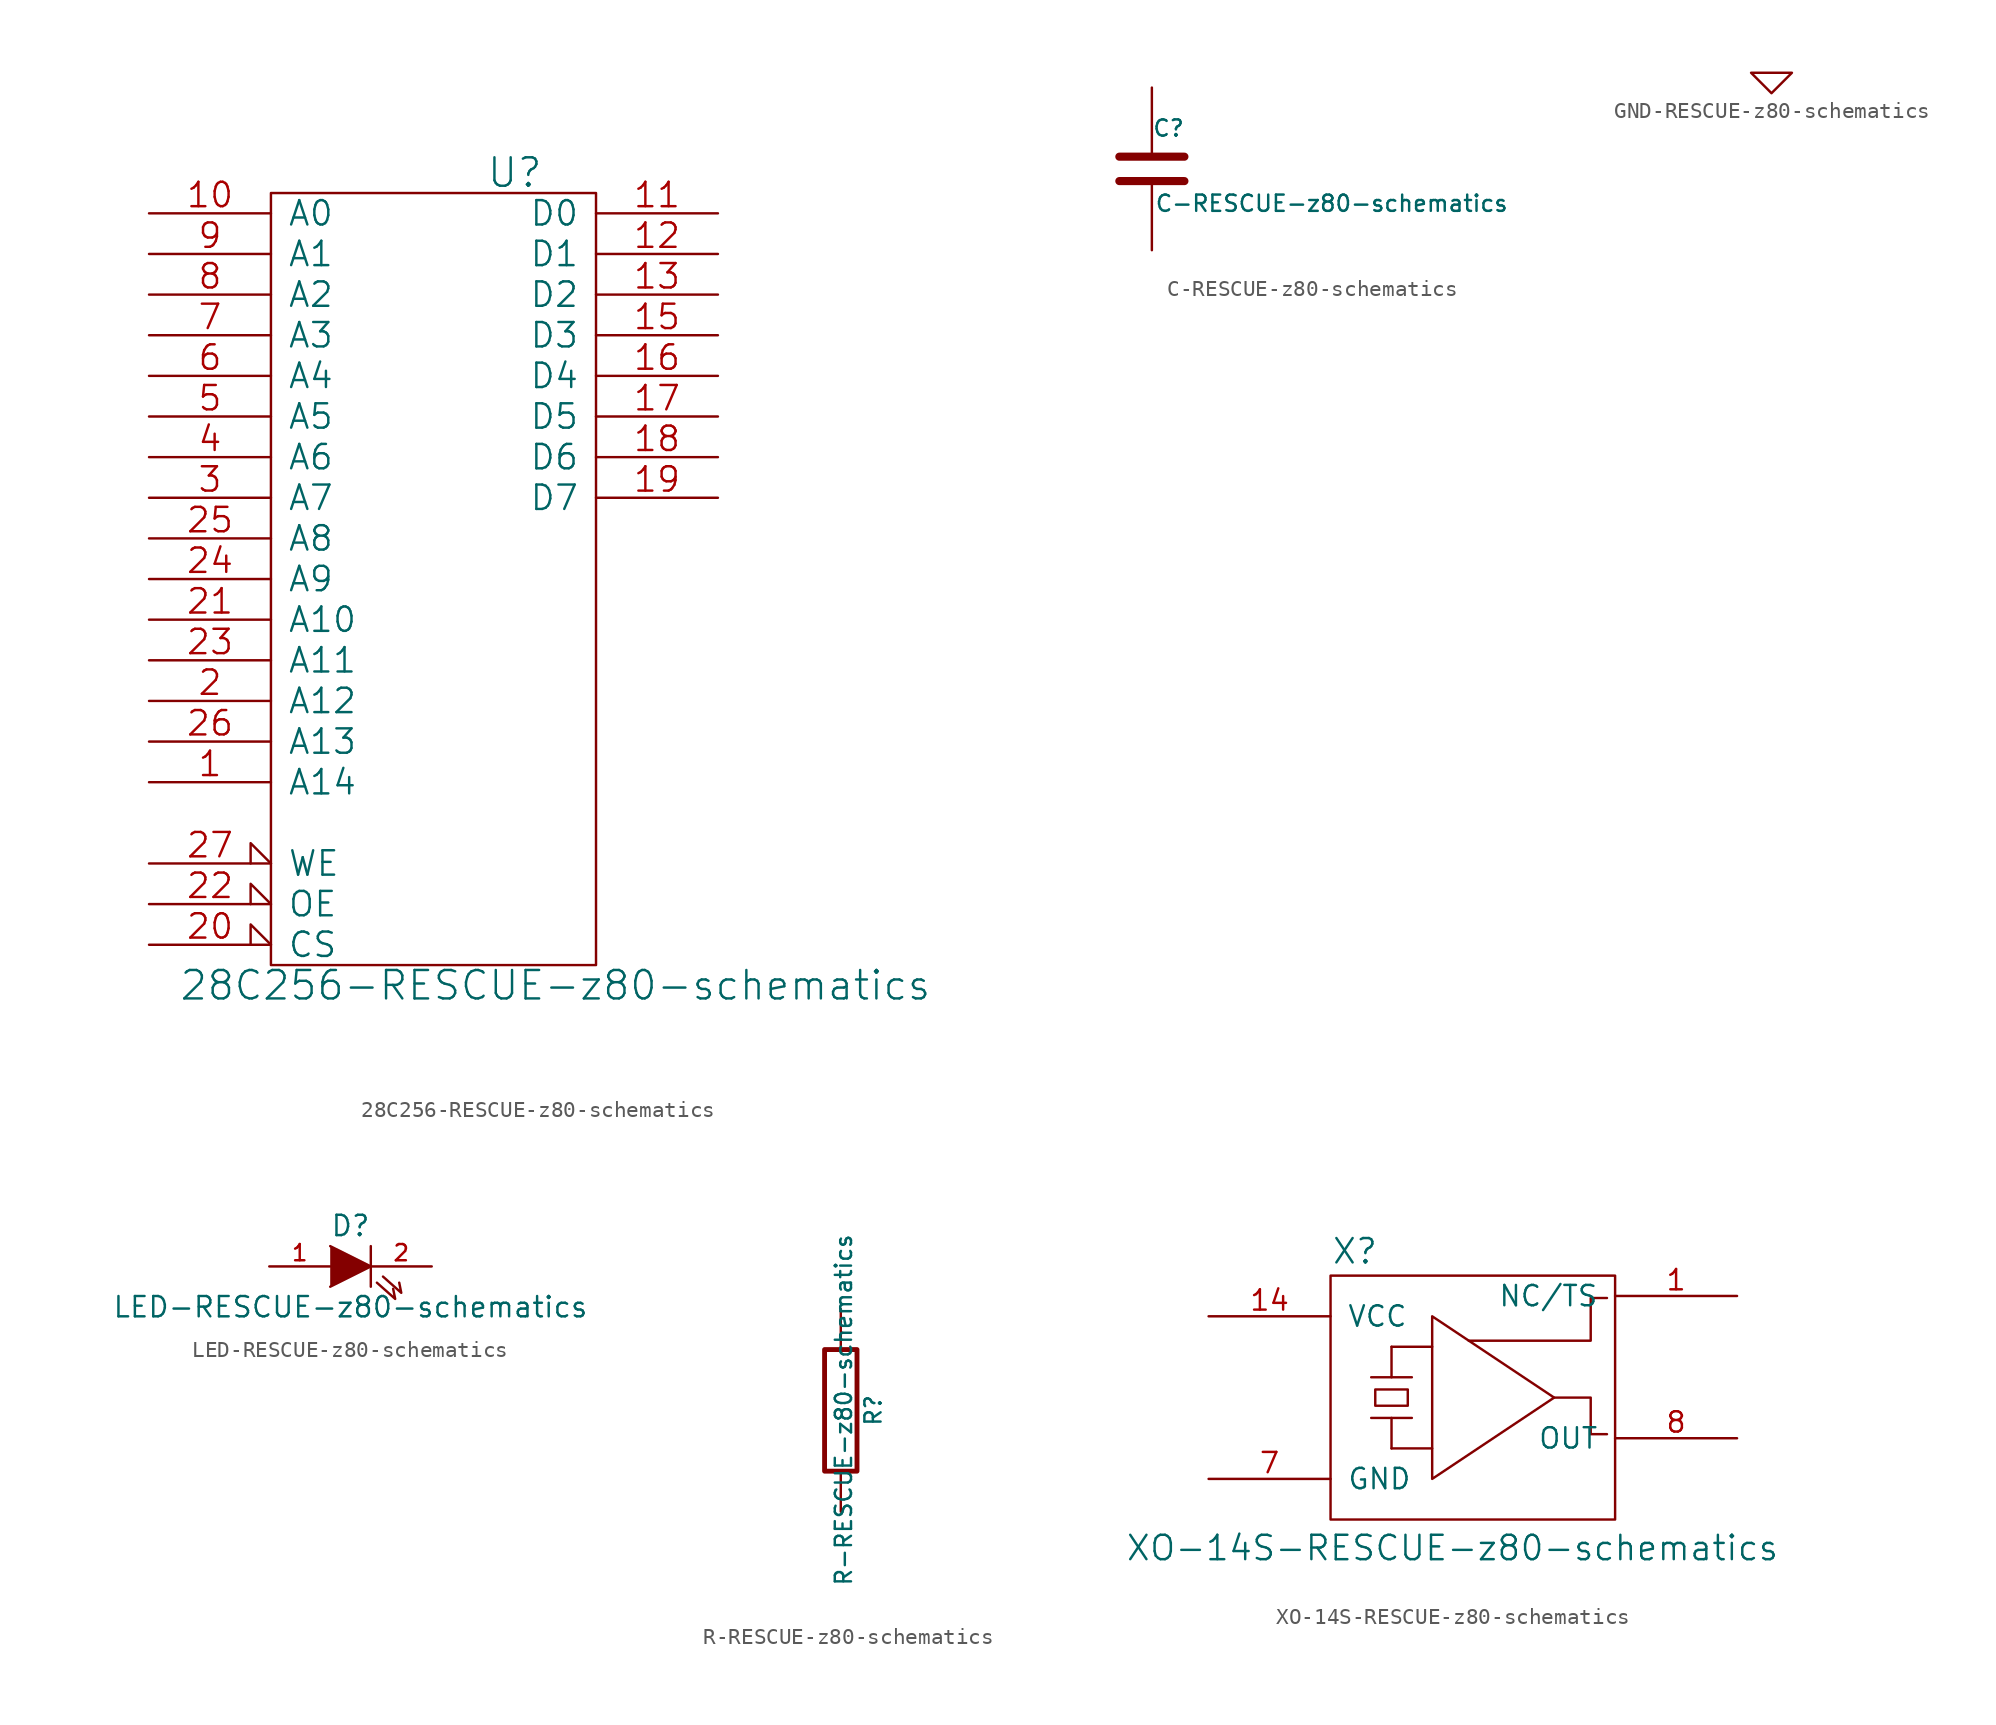
<source format=kicad_sym>
(kicad_symbol_lib
  (version 20220914)
  (generator kicad_symbol_editor)
  (symbol "28C256-RESCUE-z80-schematics"
    (pin_names
      (offset 1.016))
    (property "Reference" "U"
      (at 5.08 25.4 0)
      (effects (font (size 1.778 1.778))))
    (property "Value" "28C256-RESCUE-z80-schematics"
      (at 7.62 -25.4 0)
      (effects (font (size 1.778 1.778))))
    (property "Footprint" ""
      (at 0 0 0)
      (effects (font (size 1.524 1.524))))
    (property "Datasheet" ""
      (at 0 0 0)
      (effects (font (size 1.524 1.524))))
    (symbol "28C256-RESCUE-z80-schematics_0_0"
      (pin power_in line (at 0 -24.13 90) (length 0) hide (name "GND" (effects (font (size 1.524 1.524)))) (number "14" (effects (font (size 1.524 1.524)))))
      (pin power_in line (at 0 24.13 270) (length 0) hide (name "VCC" (effects (font (size 1.524 1.524)))) (number "28" (effects (font (size 1.524 1.524))))))
    (symbol "28C256-RESCUE-z80-schematics_0_1"
      (rectangle (start -10.16 24.13) (end 10.16 -24.13) (stroke (width 0) (type solid)) (fill (type none))))
    (symbol "28C256-RESCUE-z80-schematics_1_1"
      (pin input line (at -17.78 -12.7 0) (length 7.62) (name "A14" (effects (font (size 1.524 1.524)))) (number "1" (effects (font (size 1.524 1.524)))))
      (pin input line (at -17.78 22.86 0) (length 7.62) (name "A0" (effects (font (size 1.524 1.524)))) (number "10" (effects (font (size 1.524 1.524)))))
      (pin tri_state line (at 17.78 22.86 180) (length 7.62) (name "D0" (effects (font (size 1.524 1.524)))) (number "11" (effects (font (size 1.524 1.524)))))
      (pin tri_state line (at 17.78 20.32 180) (length 7.62) (name "D1" (effects (font (size 1.524 1.524)))) (number "12" (effects (font (size 1.524 1.524)))))
      (pin tri_state line (at 17.78 17.78 180) (length 7.62) (name "D2" (effects (font (size 1.524 1.524)))) (number "13" (effects (font (size 1.524 1.524)))))
      (pin tri_state line (at 17.78 15.24 180) (length 7.62) (name "D3" (effects (font (size 1.524 1.524)))) (number "15" (effects (font (size 1.524 1.524)))))
      (pin tri_state line (at 17.78 12.7 180) (length 7.62) (name "D4" (effects (font (size 1.524 1.524)))) (number "16" (effects (font (size 1.524 1.524)))))
      (pin tri_state line (at 17.78 10.16 180) (length 7.62) (name "D5" (effects (font (size 1.524 1.524)))) (number "17" (effects (font (size 1.524 1.524)))))
      (pin tri_state line (at 17.78 7.62 180) (length 7.62) (name "D6" (effects (font (size 1.524 1.524)))) (number "18" (effects (font (size 1.524 1.524)))))
      (pin tri_state line (at 17.78 5.08 180) (length 7.62) (name "D7" (effects (font (size 1.524 1.524)))) (number "19" (effects (font (size 1.524 1.524)))))
      (pin input line (at -17.78 -7.62 0) (length 7.62) (name "A12" (effects (font (size 1.524 1.524)))) (number "2" (effects (font (size 1.524 1.524)))))
      (pin input input_low (at -17.78 -22.86 0) (length 7.62) (name "CS" (effects (font (size 1.524 1.524)))) (number "20" (effects (font (size 1.524 1.524)))))
      (pin input line (at -17.78 -2.54 0) (length 7.62) (name "A10" (effects (font (size 1.524 1.524)))) (number "21" (effects (font (size 1.524 1.524)))))
      (pin input input_low (at -17.78 -20.32 0) (length 7.62) (name "OE" (effects (font (size 1.524 1.524)))) (number "22" (effects (font (size 1.524 1.524)))))
      (pin input line (at -17.78 -5.08 0) (length 7.62) (name "A11" (effects (font (size 1.524 1.524)))) (number "23" (effects (font (size 1.524 1.524)))))
      (pin input line (at -17.78 0 0) (length 7.62) (name "A9" (effects (font (size 1.524 1.524)))) (number "24" (effects (font (size 1.524 1.524)))))
      (pin input line (at -17.78 2.54 0) (length 7.62) (name "A8" (effects (font (size 1.524 1.524)))) (number "25" (effects (font (size 1.524 1.524)))))
      (pin input line (at -17.78 -10.16 0) (length 7.62) (name "A13" (effects (font (size 1.524 1.524)))) (number "26" (effects (font (size 1.524 1.524)))))
      (pin input input_low (at -17.78 -17.78 0) (length 7.62) (name "WE" (effects (font (size 1.524 1.524)))) (number "27" (effects (font (size 1.524 1.524)))))
      (pin input line (at -17.78 5.08 0) (length 7.62) (name "A7" (effects (font (size 1.524 1.524)))) (number "3" (effects (font (size 1.524 1.524)))))
      (pin input line (at -17.78 7.62 0) (length 7.62) (name "A6" (effects (font (size 1.524 1.524)))) (number "4" (effects (font (size 1.524 1.524)))))
      (pin input line (at -17.78 10.16 0) (length 7.62) (name "A5" (effects (font (size 1.524 1.524)))) (number "5" (effects (font (size 1.524 1.524)))))
      (pin input line (at -17.78 12.7 0) (length 7.62) (name "A4" (effects (font (size 1.524 1.524)))) (number "6" (effects (font (size 1.524 1.524)))))
      (pin input line (at -17.78 15.24 0) (length 7.62) (name "A3" (effects (font (size 1.524 1.524)))) (number "7" (effects (font (size 1.524 1.524)))))
      (pin input line (at -17.78 17.78 0) (length 7.62) (name "A2" (effects (font (size 1.524 1.524)))) (number "8" (effects (font (size 1.524 1.524)))))
      (pin input line (at -17.78 20.32 0) (length 7.62) (name "A1" (effects (font (size 1.524 1.524)))) (number "9" (effects (font (size 1.524 1.524)))))))
  (symbol "C-RESCUE-z80-schematics"
    (pin_numbers hide)
    (pin_names
      (offset 0.254))
    (property "Reference" "C"
      (at 0 2.54 0)
      (effects (font (size 1.016 1.016)) (justify left)))
    (property "Value" "C-RESCUE-z80-schematics"
      (at 0.152 -2.159 0)
      (effects (font (size 1.016 1.016)) (justify left)))
    (property "Footprint" ""
      (at 0.965 -3.81 0)
      (effects (font (size 0.762 0.762))))
    (property "Datasheet" ""
      (at 0 0 0)
      (effects (font (size 1.524 1.524))))
    (symbol "C-RESCUE-z80-schematics_0_1"
      (polyline (pts (xy -2.032 -0.762) (xy 2.032 -0.762)) (stroke (width 0.508) (type solid)) (fill (type none)))
      (polyline (pts (xy -2.032 0.762) (xy 2.032 0.762)) (stroke (width 0.508) (type solid)) (fill (type none))))
    (symbol "C-RESCUE-z80-schematics_1_1"
      (pin passive line (at 0 5.08 270) (length 4.318) (name "~" (effects (font (size 1.016 1.016)))) (number "1" (effects (font (size 1.016 1.016)))))
      (pin passive line (at 0 -5.08 90) (length 4.318) (name "~" (effects (font (size 1.016 1.016)))) (number "2" (effects (font (size 1.016 1.016)))))))
  (symbol "GND-RESCUE-z80-schematics"
    (power)
    (pin_names
      (offset 0))
    (property "Reference" "#PWR"
      (at 0 0 0)
      (effects (font (size 0.762 0.762)) hide))
    (property "Footprint" ""
      (at 0 0 0)
      (effects (font (size 1.524 1.524))))
    (property "Datasheet" ""
      (at 0 0 0)
      (effects (font (size 1.524 1.524))))
    (symbol "GND-RESCUE-z80-schematics_0_1"
      (polyline (pts (xy -1.27 0) (xy 0 -1.27) (xy 1.27 0) (xy -1.27 0)) (stroke (width 0) (type solid)) (fill (type none))))
    (symbol "GND-RESCUE-z80-schematics_1_1"
      (pin power_in line (at 0 0 90) (length 0) hide (name "GND" (effects (font (size 0.762 0.762)))) (number "1" (effects (font (size 0.762 0.762)))))))
  (symbol "LED-RESCUE-z80-schematics"
    (pin_names
      (offset 1.016) hide)
    (property "Reference" "D"
      (at 0 2.54 0)
      (effects (font (size 1.27 1.27))))
    (property "Value" "LED-RESCUE-z80-schematics"
      (at 0 -2.54 0)
      (effects (font (size 1.27 1.27))))
    (property "Footprint" ""
      (at 0 0 0)
      (effects (font (size 1.524 1.524))))
    (property "Datasheet" ""
      (at 0 0 0)
      (effects (font (size 1.524 1.524))))
    (symbol "LED-RESCUE-z80-schematics_0_1"
      (polyline (pts (xy 1.27 1.27) (xy 1.27 -1.27)) (stroke (width 0) (type solid)) (fill (type none)))
      (polyline (pts (xy -1.27 1.27) (xy 1.27 0) (xy -1.27 -1.27)) (stroke (width 0) (type solid)) (fill (type outline)))
      (polyline (pts (xy 1.651 -1.016) (xy 2.794 -2.032) (xy 2.667 -1.397)) (stroke (width 0) (type solid)) (fill (type none)))
      (polyline (pts (xy 2.032 -0.635) (xy 3.175 -1.651) (xy 3.048 -1.016)) (stroke (width 0) (type solid)) (fill (type none))))
    (symbol "LED-RESCUE-z80-schematics_1_1"
      (pin passive line (at -5.08 0 0) (length 3.81) (name "A" (effects (font (size 1.016 1.016)))) (number "1" (effects (font (size 1.016 1.016)))))
      (pin passive line (at 5.08 0 180) (length 3.81) (name "K" (effects (font (size 1.016 1.016)))) (number "2" (effects (font (size 1.016 1.016)))))))
  (symbol "R-RESCUE-z80-schematics"
    (pin_numbers hide)
    (pin_names
      (offset 0))
    (property "Reference" "R"
      (at 2.032 0 90)
      (effects (font (size 1.016 1.016))))
    (property "Value" "R-RESCUE-z80-schematics"
      (at 0.178 0.025 90)
      (effects (font (size 1.016 1.016))))
    (property "Footprint" ""
      (at -1.778 0 90)
      (effects (font (size 0.762 0.762))))
    (property "Datasheet" ""
      (at 0 0 0)
      (effects (font (size 0.762 0.762))))
    (symbol "R-RESCUE-z80-schematics_0_1"
      (rectangle (start -1.016 3.81) (end 1.016 -3.81) (stroke (width 0.305) (type solid)) (fill (type none))))
    (symbol "R-RESCUE-z80-schematics_1_1"
      (pin passive line (at 0 6.35 270) (length 2.54) (name "~" (effects (font (size 1.524 1.524)))) (number "1" (effects (font (size 1.524 1.524)))))
      (pin passive line (at 0 -6.35 90) (length 2.54) (name "~" (effects (font (size 1.524 1.524)))) (number "2" (effects (font (size 1.524 1.524)))))))
  (symbol "XO-14S-RESCUE-z80-schematics"
    (pin_names
      (offset 1.016))
    (property "Reference" "X"
      (at -6.096 9.144 0)
      (effects (font (size 1.524 1.524))))
    (property "Value" "XO-14S-RESCUE-z80-schematics"
      (at 0 -9.398 0)
      (effects (font (size 1.524 1.524))))
    (property "Footprint" ""
      (at 0 0 0)
      (effects (font (size 1.524 1.524))))
    (property "Datasheet" ""
      (at 0 0 0)
      (effects (font (size 1.524 1.524))))
    (symbol "XO-14S-RESCUE-z80-schematics_0_1"
      (polyline (pts (xy -5.08 -1.27) (xy -2.54 -1.27)) (stroke (width 0) (type solid)) (fill (type none)))
      (polyline (pts (xy -5.08 1.27) (xy -2.54 1.27)) (stroke (width 0) (type solid)) (fill (type none)))
      (polyline (pts (xy -3.81 3.175) (xy -3.81 1.27)) (stroke (width 0) (type solid)) (fill (type none)))
      (polyline (pts (xy -3.81 -3.175) (xy -3.81 -1.27) (xy -3.81 -1.27)) (stroke (width 0) (type solid)) (fill (type none)))
      (polyline (pts (xy -3.81 3.175) (xy -1.27 3.175) (xy -1.27 3.175)) (stroke (width 0) (type solid)) (fill (type none)))
      (polyline (pts (xy -1.27 -3.175) (xy -3.81 -3.175) (xy -3.81 -3.175)) (stroke (width 0) (type solid)) (fill (type none)))
      (polyline (pts (xy 1.016 3.556) (xy 8.636 3.556) (xy 8.636 6.223) (xy 9.652 6.223)) (stroke (width 0) (type solid)) (fill (type none)))
      (polyline (pts (xy 9.652 -2.286) (xy 8.636 -2.286) (xy 8.636 0) (xy 6.35 0)) (stroke (width 0) (type solid)) (fill (type none)))
      (polyline (pts (xy -7.62 7.62) (xy 10.16 7.62) (xy 10.16 -7.62) (xy -7.62 -7.62) (xy -7.62 7.62)) (stroke (width 0) (type solid)) (fill (type none)))
      (polyline (pts (xy -1.27 5.08) (xy 6.35 0) (xy -1.27 -5.08) (xy -1.27 5.08) (xy -1.27 5.08)) (stroke (width 0) (type solid)) (fill (type none)))
      (polyline (pts (xy -4.572 0.508) (xy -2.794 0.508) (xy -2.794 -0.508) (xy -4.826 -0.508) (xy -4.826 0.508) (xy -4.572 0.508)) (stroke (width 0) (type solid)) (fill (type none))))
    (symbol "XO-14S-RESCUE-z80-schematics_1_1"
      (pin input line (at 17.78 6.35 180) (length 7.62) (name "NC/TS" (effects (font (size 1.27 1.27)))) (number "1" (effects (font (size 1.27 1.27)))))
      (pin input line (at -15.24 5.08 0) (length 7.62) (name "VCC" (effects (font (size 1.27 1.27)))) (number "14" (effects (font (size 1.27 1.27)))))
      (pin input line (at -15.24 -5.08 0) (length 7.62) (name "GND" (effects (font (size 1.27 1.27)))) (number "7" (effects (font (size 1.27 1.27)))))
      (pin output line (at 17.78 -2.54 180) (length 7.62) (name "OUT" (effects (font (size 1.27 1.27)))) (number "8" (effects (font (size 1.27 1.27))))))))
</source>
